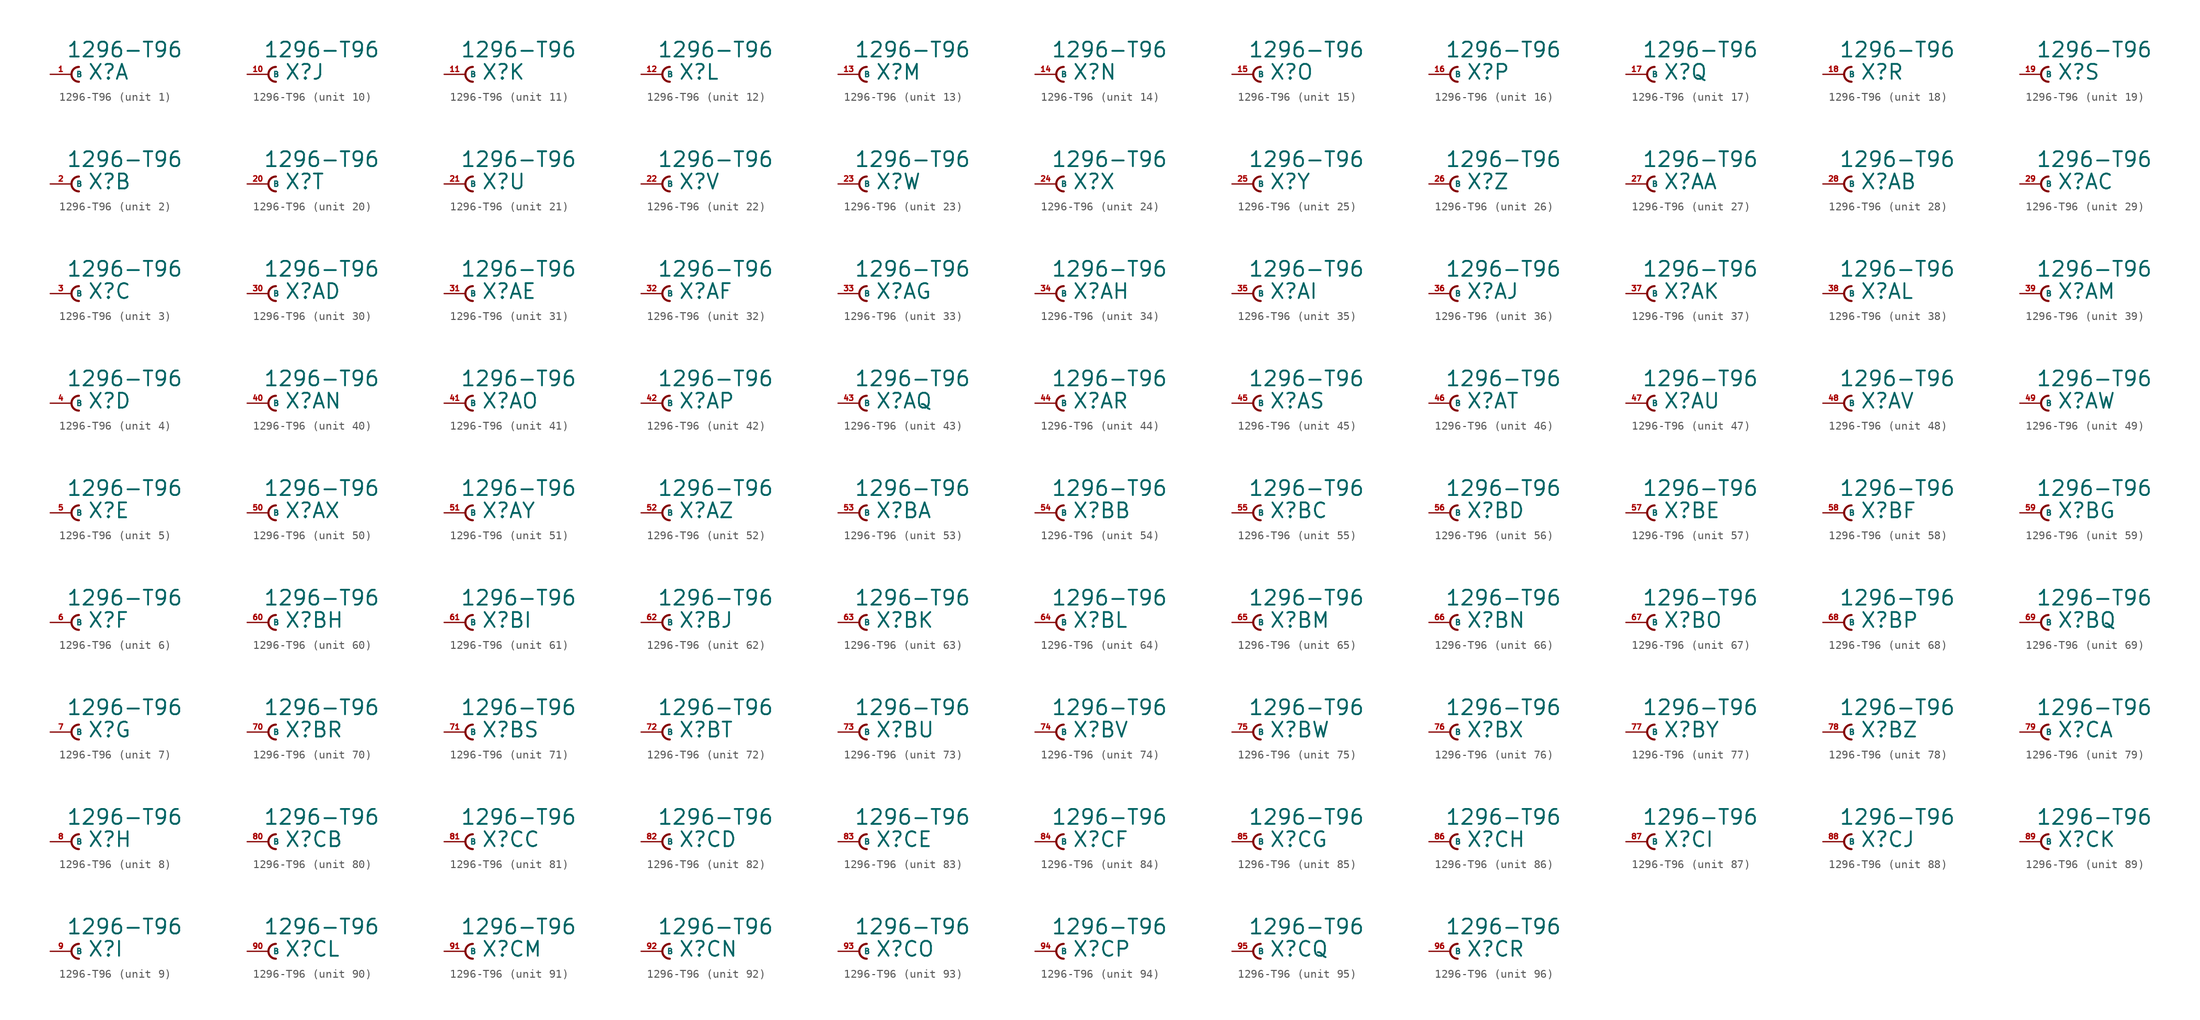
<source format=kicad_sym>
(kicad_symbol_lib
  (version 20220914)
  (generator Eagle2Kicad)
  (symbol "1296-T96"
    (property "Reference" "X"
      (at 1.905 -0.762 0)
      (effects (font (size 1.778 1.778) (thickness 0.22)) (justify left bottom)))
    (property "Value" "1296-T96"
      (at -0.635 1.905 0)
      (effects (font (size 1.778 1.778) (thickness 0.22)) (justify left bottom)))
    (symbol "1296-T96_1_0"
      (arc (start 0.889 0.889) (mid 0.000 0.000) (end 0.889 -0.889) (stroke (width 0.254) (type default)) (fill (type none)))
      (pin passive line (at -2.54 0 0) (length 2.54) (name "B" (effects (font (size 0.635 0.635) (thickness 0.08)) (justify left bottom))) (number "1" (effects (font (size 0.635 0.635) (thickness 0.08)) (justify left bottom)))))
    (symbol "1296-T96_2_0"
      (arc (start 0.889 0.889) (mid 0.000 0.000) (end 0.889 -0.889) (stroke (width 0.254) (type default)) (fill (type none)))
      (pin passive line (at -2.54 0 0) (length 2.54) (name "B" (effects (font (size 0.635 0.635) (thickness 0.08)) (justify left bottom))) (number "2" (effects (font (size 0.635 0.635) (thickness 0.08)) (justify left bottom)))))
    (symbol "1296-T96_3_0"
      (arc (start 0.889 0.889) (mid 0.000 0.000) (end 0.889 -0.889) (stroke (width 0.254) (type default)) (fill (type none)))
      (pin passive line (at -2.54 0 0) (length 2.54) (name "B" (effects (font (size 0.635 0.635) (thickness 0.08)) (justify left bottom))) (number "3" (effects (font (size 0.635 0.635) (thickness 0.08)) (justify left bottom)))))
    (symbol "1296-T96_4_0"
      (arc (start 0.889 0.889) (mid 0.000 0.000) (end 0.889 -0.889) (stroke (width 0.254) (type default)) (fill (type none)))
      (pin passive line (at -2.54 0 0) (length 2.54) (name "B" (effects (font (size 0.635 0.635) (thickness 0.08)) (justify left bottom))) (number "4" (effects (font (size 0.635 0.635) (thickness 0.08)) (justify left bottom)))))
    (symbol "1296-T96_5_0"
      (arc (start 0.889 0.889) (mid 0.000 0.000) (end 0.889 -0.889) (stroke (width 0.254) (type default)) (fill (type none)))
      (pin passive line (at -2.54 0 0) (length 2.54) (name "B" (effects (font (size 0.635 0.635) (thickness 0.08)) (justify left bottom))) (number "5" (effects (font (size 0.635 0.635) (thickness 0.08)) (justify left bottom)))))
    (symbol "1296-T96_6_0"
      (arc (start 0.889 0.889) (mid 0.000 0.000) (end 0.889 -0.889) (stroke (width 0.254) (type default)) (fill (type none)))
      (pin passive line (at -2.54 0 0) (length 2.54) (name "B" (effects (font (size 0.635 0.635) (thickness 0.08)) (justify left bottom))) (number "6" (effects (font (size 0.635 0.635) (thickness 0.08)) (justify left bottom)))))
    (symbol "1296-T96_7_0"
      (arc (start 0.889 0.889) (mid 0.000 0.000) (end 0.889 -0.889) (stroke (width 0.254) (type default)) (fill (type none)))
      (pin passive line (at -2.54 0 0) (length 2.54) (name "B" (effects (font (size 0.635 0.635) (thickness 0.08)) (justify left bottom))) (number "7" (effects (font (size 0.635 0.635) (thickness 0.08)) (justify left bottom)))))
    (symbol "1296-T96_8_0"
      (arc (start 0.889 0.889) (mid 0.000 0.000) (end 0.889 -0.889) (stroke (width 0.254) (type default)) (fill (type none)))
      (pin passive line (at -2.54 0 0) (length 2.54) (name "B" (effects (font (size 0.635 0.635) (thickness 0.08)) (justify left bottom))) (number "8" (effects (font (size 0.635 0.635) (thickness 0.08)) (justify left bottom)))))
    (symbol "1296-T96_9_0"
      (arc (start 0.889 0.889) (mid 0.000 0.000) (end 0.889 -0.889) (stroke (width 0.254) (type default)) (fill (type none)))
      (pin passive line (at -2.54 0 0) (length 2.54) (name "B" (effects (font (size 0.635 0.635) (thickness 0.08)) (justify left bottom))) (number "9" (effects (font (size 0.635 0.635) (thickness 0.08)) (justify left bottom)))))
    (symbol "1296-T96_10_0"
      (arc (start 0.889 0.889) (mid 0.000 0.000) (end 0.889 -0.889) (stroke (width 0.254) (type default)) (fill (type none)))
      (pin passive line (at -2.54 0 0) (length 2.54) (name "B" (effects (font (size 0.635 0.635) (thickness 0.08)) (justify left bottom))) (number "10" (effects (font (size 0.635 0.635) (thickness 0.08)) (justify left bottom)))))
    (symbol "1296-T96_11_0"
      (arc (start 0.889 0.889) (mid 0.000 0.000) (end 0.889 -0.889) (stroke (width 0.254) (type default)) (fill (type none)))
      (pin passive line (at -2.54 0 0) (length 2.54) (name "B" (effects (font (size 0.635 0.635) (thickness 0.08)) (justify left bottom))) (number "11" (effects (font (size 0.635 0.635) (thickness 0.08)) (justify left bottom)))))
    (symbol "1296-T96_12_0"
      (arc (start 0.889 0.889) (mid 0.000 0.000) (end 0.889 -0.889) (stroke (width 0.254) (type default)) (fill (type none)))
      (pin passive line (at -2.54 0 0) (length 2.54) (name "B" (effects (font (size 0.635 0.635) (thickness 0.08)) (justify left bottom))) (number "12" (effects (font (size 0.635 0.635) (thickness 0.08)) (justify left bottom)))))
    (symbol "1296-T96_13_0"
      (arc (start 0.889 0.889) (mid 0.000 0.000) (end 0.889 -0.889) (stroke (width 0.254) (type default)) (fill (type none)))
      (pin passive line (at -2.54 0 0) (length 2.54) (name "B" (effects (font (size 0.635 0.635) (thickness 0.08)) (justify left bottom))) (number "13" (effects (font (size 0.635 0.635) (thickness 0.08)) (justify left bottom)))))
    (symbol "1296-T96_14_0"
      (arc (start 0.889 0.889) (mid 0.000 0.000) (end 0.889 -0.889) (stroke (width 0.254) (type default)) (fill (type none)))
      (pin passive line (at -2.54 0 0) (length 2.54) (name "B" (effects (font (size 0.635 0.635) (thickness 0.08)) (justify left bottom))) (number "14" (effects (font (size 0.635 0.635) (thickness 0.08)) (justify left bottom)))))
    (symbol "1296-T96_15_0"
      (arc (start 0.889 0.889) (mid 0.000 0.000) (end 0.889 -0.889) (stroke (width 0.254) (type default)) (fill (type none)))
      (pin passive line (at -2.54 0 0) (length 2.54) (name "B" (effects (font (size 0.635 0.635) (thickness 0.08)) (justify left bottom))) (number "15" (effects (font (size 0.635 0.635) (thickness 0.08)) (justify left bottom)))))
    (symbol "1296-T96_16_0"
      (arc (start 0.889 0.889) (mid 0.000 0.000) (end 0.889 -0.889) (stroke (width 0.254) (type default)) (fill (type none)))
      (pin passive line (at -2.54 0 0) (length 2.54) (name "B" (effects (font (size 0.635 0.635) (thickness 0.08)) (justify left bottom))) (number "16" (effects (font (size 0.635 0.635) (thickness 0.08)) (justify left bottom)))))
    (symbol "1296-T96_17_0"
      (arc (start 0.889 0.889) (mid 0.000 0.000) (end 0.889 -0.889) (stroke (width 0.254) (type default)) (fill (type none)))
      (pin passive line (at -2.54 0 0) (length 2.54) (name "B" (effects (font (size 0.635 0.635) (thickness 0.08)) (justify left bottom))) (number "17" (effects (font (size 0.635 0.635) (thickness 0.08)) (justify left bottom)))))
    (symbol "1296-T96_18_0"
      (arc (start 0.889 0.889) (mid 0.000 0.000) (end 0.889 -0.889) (stroke (width 0.254) (type default)) (fill (type none)))
      (pin passive line (at -2.54 0 0) (length 2.54) (name "B" (effects (font (size 0.635 0.635) (thickness 0.08)) (justify left bottom))) (number "18" (effects (font (size 0.635 0.635) (thickness 0.08)) (justify left bottom)))))
    (symbol "1296-T96_19_0"
      (arc (start 0.889 0.889) (mid 0.000 0.000) (end 0.889 -0.889) (stroke (width 0.254) (type default)) (fill (type none)))
      (pin passive line (at -2.54 0 0) (length 2.54) (name "B" (effects (font (size 0.635 0.635) (thickness 0.08)) (justify left bottom))) (number "19" (effects (font (size 0.635 0.635) (thickness 0.08)) (justify left bottom)))))
    (symbol "1296-T96_20_0"
      (arc (start 0.889 0.889) (mid 0.000 0.000) (end 0.889 -0.889) (stroke (width 0.254) (type default)) (fill (type none)))
      (pin passive line (at -2.54 0 0) (length 2.54) (name "B" (effects (font (size 0.635 0.635) (thickness 0.08)) (justify left bottom))) (number "20" (effects (font (size 0.635 0.635) (thickness 0.08)) (justify left bottom)))))
    (symbol "1296-T96_21_0"
      (arc (start 0.889 0.889) (mid 0.000 0.000) (end 0.889 -0.889) (stroke (width 0.254) (type default)) (fill (type none)))
      (pin passive line (at -2.54 0 0) (length 2.54) (name "B" (effects (font (size 0.635 0.635) (thickness 0.08)) (justify left bottom))) (number "21" (effects (font (size 0.635 0.635) (thickness 0.08)) (justify left bottom)))))
    (symbol "1296-T96_22_0"
      (arc (start 0.889 0.889) (mid 0.000 0.000) (end 0.889 -0.889) (stroke (width 0.254) (type default)) (fill (type none)))
      (pin passive line (at -2.54 0 0) (length 2.54) (name "B" (effects (font (size 0.635 0.635) (thickness 0.08)) (justify left bottom))) (number "22" (effects (font (size 0.635 0.635) (thickness 0.08)) (justify left bottom)))))
    (symbol "1296-T96_23_0"
      (arc (start 0.889 0.889) (mid 0.000 0.000) (end 0.889 -0.889) (stroke (width 0.254) (type default)) (fill (type none)))
      (pin passive line (at -2.54 0 0) (length 2.54) (name "B" (effects (font (size 0.635 0.635) (thickness 0.08)) (justify left bottom))) (number "23" (effects (font (size 0.635 0.635) (thickness 0.08)) (justify left bottom)))))
    (symbol "1296-T96_24_0"
      (arc (start 0.889 0.889) (mid 0.000 0.000) (end 0.889 -0.889) (stroke (width 0.254) (type default)) (fill (type none)))
      (pin passive line (at -2.54 0 0) (length 2.54) (name "B" (effects (font (size 0.635 0.635) (thickness 0.08)) (justify left bottom))) (number "24" (effects (font (size 0.635 0.635) (thickness 0.08)) (justify left bottom)))))
    (symbol "1296-T96_25_0"
      (arc (start 0.889 0.889) (mid 0.000 0.000) (end 0.889 -0.889) (stroke (width 0.254) (type default)) (fill (type none)))
      (pin passive line (at -2.54 0 0) (length 2.54) (name "B" (effects (font (size 0.635 0.635) (thickness 0.08)) (justify left bottom))) (number "25" (effects (font (size 0.635 0.635) (thickness 0.08)) (justify left bottom)))))
    (symbol "1296-T96_26_0"
      (arc (start 0.889 0.889) (mid 0.000 0.000) (end 0.889 -0.889) (stroke (width 0.254) (type default)) (fill (type none)))
      (pin passive line (at -2.54 0 0) (length 2.54) (name "B" (effects (font (size 0.635 0.635) (thickness 0.08)) (justify left bottom))) (number "26" (effects (font (size 0.635 0.635) (thickness 0.08)) (justify left bottom)))))
    (symbol "1296-T96_27_0"
      (arc (start 0.889 0.889) (mid 0.000 0.000) (end 0.889 -0.889) (stroke (width 0.254) (type default)) (fill (type none)))
      (pin passive line (at -2.54 0 0) (length 2.54) (name "B" (effects (font (size 0.635 0.635) (thickness 0.08)) (justify left bottom))) (number "27" (effects (font (size 0.635 0.635) (thickness 0.08)) (justify left bottom)))))
    (symbol "1296-T96_28_0"
      (arc (start 0.889 0.889) (mid 0.000 0.000) (end 0.889 -0.889) (stroke (width 0.254) (type default)) (fill (type none)))
      (pin passive line (at -2.54 0 0) (length 2.54) (name "B" (effects (font (size 0.635 0.635) (thickness 0.08)) (justify left bottom))) (number "28" (effects (font (size 0.635 0.635) (thickness 0.08)) (justify left bottom)))))
    (symbol "1296-T96_29_0"
      (arc (start 0.889 0.889) (mid 0.000 0.000) (end 0.889 -0.889) (stroke (width 0.254) (type default)) (fill (type none)))
      (pin passive line (at -2.54 0 0) (length 2.54) (name "B" (effects (font (size 0.635 0.635) (thickness 0.08)) (justify left bottom))) (number "29" (effects (font (size 0.635 0.635) (thickness 0.08)) (justify left bottom)))))
    (symbol "1296-T96_30_0"
      (arc (start 0.889 0.889) (mid 0.000 0.000) (end 0.889 -0.889) (stroke (width 0.254) (type default)) (fill (type none)))
      (pin passive line (at -2.54 0 0) (length 2.54) (name "B" (effects (font (size 0.635 0.635) (thickness 0.08)) (justify left bottom))) (number "30" (effects (font (size 0.635 0.635) (thickness 0.08)) (justify left bottom)))))
    (symbol "1296-T96_31_0"
      (arc (start 0.889 0.889) (mid 0.000 0.000) (end 0.889 -0.889) (stroke (width 0.254) (type default)) (fill (type none)))
      (pin passive line (at -2.54 0 0) (length 2.54) (name "B" (effects (font (size 0.635 0.635) (thickness 0.08)) (justify left bottom))) (number "31" (effects (font (size 0.635 0.635) (thickness 0.08)) (justify left bottom)))))
    (symbol "1296-T96_32_0"
      (arc (start 0.889 0.889) (mid 0.000 0.000) (end 0.889 -0.889) (stroke (width 0.254) (type default)) (fill (type none)))
      (pin passive line (at -2.54 0 0) (length 2.54) (name "B" (effects (font (size 0.635 0.635) (thickness 0.08)) (justify left bottom))) (number "32" (effects (font (size 0.635 0.635) (thickness 0.08)) (justify left bottom)))))
    (symbol "1296-T96_33_0"
      (arc (start 0.889 0.889) (mid 0.000 0.000) (end 0.889 -0.889) (stroke (width 0.254) (type default)) (fill (type none)))
      (pin passive line (at -2.54 0 0) (length 2.54) (name "B" (effects (font (size 0.635 0.635) (thickness 0.08)) (justify left bottom))) (number "33" (effects (font (size 0.635 0.635) (thickness 0.08)) (justify left bottom)))))
    (symbol "1296-T96_34_0"
      (arc (start 0.889 0.889) (mid 0.000 0.000) (end 0.889 -0.889) (stroke (width 0.254) (type default)) (fill (type none)))
      (pin passive line (at -2.54 0 0) (length 2.54) (name "B" (effects (font (size 0.635 0.635) (thickness 0.08)) (justify left bottom))) (number "34" (effects (font (size 0.635 0.635) (thickness 0.08)) (justify left bottom)))))
    (symbol "1296-T96_35_0"
      (arc (start 0.889 0.889) (mid 0.000 0.000) (end 0.889 -0.889) (stroke (width 0.254) (type default)) (fill (type none)))
      (pin passive line (at -2.54 0 0) (length 2.54) (name "B" (effects (font (size 0.635 0.635) (thickness 0.08)) (justify left bottom))) (number "35" (effects (font (size 0.635 0.635) (thickness 0.08)) (justify left bottom)))))
    (symbol "1296-T96_36_0"
      (arc (start 0.889 0.889) (mid 0.000 0.000) (end 0.889 -0.889) (stroke (width 0.254) (type default)) (fill (type none)))
      (pin passive line (at -2.54 0 0) (length 2.54) (name "B" (effects (font (size 0.635 0.635) (thickness 0.08)) (justify left bottom))) (number "36" (effects (font (size 0.635 0.635) (thickness 0.08)) (justify left bottom)))))
    (symbol "1296-T96_37_0"
      (arc (start 0.889 0.889) (mid 0.000 0.000) (end 0.889 -0.889) (stroke (width 0.254) (type default)) (fill (type none)))
      (pin passive line (at -2.54 0 0) (length 2.54) (name "B" (effects (font (size 0.635 0.635) (thickness 0.08)) (justify left bottom))) (number "37" (effects (font (size 0.635 0.635) (thickness 0.08)) (justify left bottom)))))
    (symbol "1296-T96_38_0"
      (arc (start 0.889 0.889) (mid 0.000 0.000) (end 0.889 -0.889) (stroke (width 0.254) (type default)) (fill (type none)))
      (pin passive line (at -2.54 0 0) (length 2.54) (name "B" (effects (font (size 0.635 0.635) (thickness 0.08)) (justify left bottom))) (number "38" (effects (font (size 0.635 0.635) (thickness 0.08)) (justify left bottom)))))
    (symbol "1296-T96_39_0"
      (arc (start 0.889 0.889) (mid 0.000 0.000) (end 0.889 -0.889) (stroke (width 0.254) (type default)) (fill (type none)))
      (pin passive line (at -2.54 0 0) (length 2.54) (name "B" (effects (font (size 0.635 0.635) (thickness 0.08)) (justify left bottom))) (number "39" (effects (font (size 0.635 0.635) (thickness 0.08)) (justify left bottom)))))
    (symbol "1296-T96_40_0"
      (arc (start 0.889 0.889) (mid 0.000 0.000) (end 0.889 -0.889) (stroke (width 0.254) (type default)) (fill (type none)))
      (pin passive line (at -2.54 0 0) (length 2.54) (name "B" (effects (font (size 0.635 0.635) (thickness 0.08)) (justify left bottom))) (number "40" (effects (font (size 0.635 0.635) (thickness 0.08)) (justify left bottom)))))
    (symbol "1296-T96_41_0"
      (arc (start 0.889 0.889) (mid 0.000 0.000) (end 0.889 -0.889) (stroke (width 0.254) (type default)) (fill (type none)))
      (pin passive line (at -2.54 0 0) (length 2.54) (name "B" (effects (font (size 0.635 0.635) (thickness 0.08)) (justify left bottom))) (number "41" (effects (font (size 0.635 0.635) (thickness 0.08)) (justify left bottom)))))
    (symbol "1296-T96_42_0"
      (arc (start 0.889 0.889) (mid 0.000 0.000) (end 0.889 -0.889) (stroke (width 0.254) (type default)) (fill (type none)))
      (pin passive line (at -2.54 0 0) (length 2.54) (name "B" (effects (font (size 0.635 0.635) (thickness 0.08)) (justify left bottom))) (number "42" (effects (font (size 0.635 0.635) (thickness 0.08)) (justify left bottom)))))
    (symbol "1296-T96_43_0"
      (arc (start 0.889 0.889) (mid 0.000 0.000) (end 0.889 -0.889) (stroke (width 0.254) (type default)) (fill (type none)))
      (pin passive line (at -2.54 0 0) (length 2.54) (name "B" (effects (font (size 0.635 0.635) (thickness 0.08)) (justify left bottom))) (number "43" (effects (font (size 0.635 0.635) (thickness 0.08)) (justify left bottom)))))
    (symbol "1296-T96_44_0"
      (arc (start 0.889 0.889) (mid 0.000 0.000) (end 0.889 -0.889) (stroke (width 0.254) (type default)) (fill (type none)))
      (pin passive line (at -2.54 0 0) (length 2.54) (name "B" (effects (font (size 0.635 0.635) (thickness 0.08)) (justify left bottom))) (number "44" (effects (font (size 0.635 0.635) (thickness 0.08)) (justify left bottom)))))
    (symbol "1296-T96_45_0"
      (arc (start 0.889 0.889) (mid 0.000 0.000) (end 0.889 -0.889) (stroke (width 0.254) (type default)) (fill (type none)))
      (pin passive line (at -2.54 0 0) (length 2.54) (name "B" (effects (font (size 0.635 0.635) (thickness 0.08)) (justify left bottom))) (number "45" (effects (font (size 0.635 0.635) (thickness 0.08)) (justify left bottom)))))
    (symbol "1296-T96_46_0"
      (arc (start 0.889 0.889) (mid 0.000 0.000) (end 0.889 -0.889) (stroke (width 0.254) (type default)) (fill (type none)))
      (pin passive line (at -2.54 0 0) (length 2.54) (name "B" (effects (font (size 0.635 0.635) (thickness 0.08)) (justify left bottom))) (number "46" (effects (font (size 0.635 0.635) (thickness 0.08)) (justify left bottom)))))
    (symbol "1296-T96_47_0"
      (arc (start 0.889 0.889) (mid 0.000 0.000) (end 0.889 -0.889) (stroke (width 0.254) (type default)) (fill (type none)))
      (pin passive line (at -2.54 0 0) (length 2.54) (name "B" (effects (font (size 0.635 0.635) (thickness 0.08)) (justify left bottom))) (number "47" (effects (font (size 0.635 0.635) (thickness 0.08)) (justify left bottom)))))
    (symbol "1296-T96_48_0"
      (arc (start 0.889 0.889) (mid 0.000 0.000) (end 0.889 -0.889) (stroke (width 0.254) (type default)) (fill (type none)))
      (pin passive line (at -2.54 0 0) (length 2.54) (name "B" (effects (font (size 0.635 0.635) (thickness 0.08)) (justify left bottom))) (number "48" (effects (font (size 0.635 0.635) (thickness 0.08)) (justify left bottom)))))
    (symbol "1296-T96_49_0"
      (arc (start 0.889 0.889) (mid 0.000 0.000) (end 0.889 -0.889) (stroke (width 0.254) (type default)) (fill (type none)))
      (pin passive line (at -2.54 0 0) (length 2.54) (name "B" (effects (font (size 0.635 0.635) (thickness 0.08)) (justify left bottom))) (number "49" (effects (font (size 0.635 0.635) (thickness 0.08)) (justify left bottom)))))
    (symbol "1296-T96_50_0"
      (arc (start 0.889 0.889) (mid 0.000 0.000) (end 0.889 -0.889) (stroke (width 0.254) (type default)) (fill (type none)))
      (pin passive line (at -2.54 0 0) (length 2.54) (name "B" (effects (font (size 0.635 0.635) (thickness 0.08)) (justify left bottom))) (number "50" (effects (font (size 0.635 0.635) (thickness 0.08)) (justify left bottom)))))
    (symbol "1296-T96_51_0"
      (arc (start 0.889 0.889) (mid 0.000 0.000) (end 0.889 -0.889) (stroke (width 0.254) (type default)) (fill (type none)))
      (pin passive line (at -2.54 0 0) (length 2.54) (name "B" (effects (font (size 0.635 0.635) (thickness 0.08)) (justify left bottom))) (number "51" (effects (font (size 0.635 0.635) (thickness 0.08)) (justify left bottom)))))
    (symbol "1296-T96_52_0"
      (arc (start 0.889 0.889) (mid 0.000 0.000) (end 0.889 -0.889) (stroke (width 0.254) (type default)) (fill (type none)))
      (pin passive line (at -2.54 0 0) (length 2.54) (name "B" (effects (font (size 0.635 0.635) (thickness 0.08)) (justify left bottom))) (number "52" (effects (font (size 0.635 0.635) (thickness 0.08)) (justify left bottom)))))
    (symbol "1296-T96_53_0"
      (arc (start 0.889 0.889) (mid 0.000 0.000) (end 0.889 -0.889) (stroke (width 0.254) (type default)) (fill (type none)))
      (pin passive line (at -2.54 0 0) (length 2.54) (name "B" (effects (font (size 0.635 0.635) (thickness 0.08)) (justify left bottom))) (number "53" (effects (font (size 0.635 0.635) (thickness 0.08)) (justify left bottom)))))
    (symbol "1296-T96_54_0"
      (arc (start 0.889 0.889) (mid 0.000 0.000) (end 0.889 -0.889) (stroke (width 0.254) (type default)) (fill (type none)))
      (pin passive line (at -2.54 0 0) (length 2.54) (name "B" (effects (font (size 0.635 0.635) (thickness 0.08)) (justify left bottom))) (number "54" (effects (font (size 0.635 0.635) (thickness 0.08)) (justify left bottom)))))
    (symbol "1296-T96_55_0"
      (arc (start 0.889 0.889) (mid 0.000 0.000) (end 0.889 -0.889) (stroke (width 0.254) (type default)) (fill (type none)))
      (pin passive line (at -2.54 0 0) (length 2.54) (name "B" (effects (font (size 0.635 0.635) (thickness 0.08)) (justify left bottom))) (number "55" (effects (font (size 0.635 0.635) (thickness 0.08)) (justify left bottom)))))
    (symbol "1296-T96_56_0"
      (arc (start 0.889 0.889) (mid 0.000 0.000) (end 0.889 -0.889) (stroke (width 0.254) (type default)) (fill (type none)))
      (pin passive line (at -2.54 0 0) (length 2.54) (name "B" (effects (font (size 0.635 0.635) (thickness 0.08)) (justify left bottom))) (number "56" (effects (font (size 0.635 0.635) (thickness 0.08)) (justify left bottom)))))
    (symbol "1296-T96_57_0"
      (arc (start 0.889 0.889) (mid 0.000 0.000) (end 0.889 -0.889) (stroke (width 0.254) (type default)) (fill (type none)))
      (pin passive line (at -2.54 0 0) (length 2.54) (name "B" (effects (font (size 0.635 0.635) (thickness 0.08)) (justify left bottom))) (number "57" (effects (font (size 0.635 0.635) (thickness 0.08)) (justify left bottom)))))
    (symbol "1296-T96_58_0"
      (arc (start 0.889 0.889) (mid 0.000 0.000) (end 0.889 -0.889) (stroke (width 0.254) (type default)) (fill (type none)))
      (pin passive line (at -2.54 0 0) (length 2.54) (name "B" (effects (font (size 0.635 0.635) (thickness 0.08)) (justify left bottom))) (number "58" (effects (font (size 0.635 0.635) (thickness 0.08)) (justify left bottom)))))
    (symbol "1296-T96_59_0"
      (arc (start 0.889 0.889) (mid 0.000 0.000) (end 0.889 -0.889) (stroke (width 0.254) (type default)) (fill (type none)))
      (pin passive line (at -2.54 0 0) (length 2.54) (name "B" (effects (font (size 0.635 0.635) (thickness 0.08)) (justify left bottom))) (number "59" (effects (font (size 0.635 0.635) (thickness 0.08)) (justify left bottom)))))
    (symbol "1296-T96_60_0"
      (arc (start 0.889 0.889) (mid 0.000 0.000) (end 0.889 -0.889) (stroke (width 0.254) (type default)) (fill (type none)))
      (pin passive line (at -2.54 0 0) (length 2.54) (name "B" (effects (font (size 0.635 0.635) (thickness 0.08)) (justify left bottom))) (number "60" (effects (font (size 0.635 0.635) (thickness 0.08)) (justify left bottom)))))
    (symbol "1296-T96_61_0"
      (arc (start 0.889 0.889) (mid 0.000 0.000) (end 0.889 -0.889) (stroke (width 0.254) (type default)) (fill (type none)))
      (pin passive line (at -2.54 0 0) (length 2.54) (name "B" (effects (font (size 0.635 0.635) (thickness 0.08)) (justify left bottom))) (number "61" (effects (font (size 0.635 0.635) (thickness 0.08)) (justify left bottom)))))
    (symbol "1296-T96_62_0"
      (arc (start 0.889 0.889) (mid 0.000 0.000) (end 0.889 -0.889) (stroke (width 0.254) (type default)) (fill (type none)))
      (pin passive line (at -2.54 0 0) (length 2.54) (name "B" (effects (font (size 0.635 0.635) (thickness 0.08)) (justify left bottom))) (number "62" (effects (font (size 0.635 0.635) (thickness 0.08)) (justify left bottom)))))
    (symbol "1296-T96_63_0"
      (arc (start 0.889 0.889) (mid 0.000 0.000) (end 0.889 -0.889) (stroke (width 0.254) (type default)) (fill (type none)))
      (pin passive line (at -2.54 0 0) (length 2.54) (name "B" (effects (font (size 0.635 0.635) (thickness 0.08)) (justify left bottom))) (number "63" (effects (font (size 0.635 0.635) (thickness 0.08)) (justify left bottom)))))
    (symbol "1296-T96_64_0"
      (arc (start 0.889 0.889) (mid 0.000 0.000) (end 0.889 -0.889) (stroke (width 0.254) (type default)) (fill (type none)))
      (pin passive line (at -2.54 0 0) (length 2.54) (name "B" (effects (font (size 0.635 0.635) (thickness 0.08)) (justify left bottom))) (number "64" (effects (font (size 0.635 0.635) (thickness 0.08)) (justify left bottom)))))
    (symbol "1296-T96_65_0"
      (arc (start 0.889 0.889) (mid 0.000 0.000) (end 0.889 -0.889) (stroke (width 0.254) (type default)) (fill (type none)))
      (pin passive line (at -2.54 0 0) (length 2.54) (name "B" (effects (font (size 0.635 0.635) (thickness 0.08)) (justify left bottom))) (number "65" (effects (font (size 0.635 0.635) (thickness 0.08)) (justify left bottom)))))
    (symbol "1296-T96_66_0"
      (arc (start 0.889 0.889) (mid 0.000 0.000) (end 0.889 -0.889) (stroke (width 0.254) (type default)) (fill (type none)))
      (pin passive line (at -2.54 0 0) (length 2.54) (name "B" (effects (font (size 0.635 0.635) (thickness 0.08)) (justify left bottom))) (number "66" (effects (font (size 0.635 0.635) (thickness 0.08)) (justify left bottom)))))
    (symbol "1296-T96_67_0"
      (arc (start 0.889 0.889) (mid 0.000 0.000) (end 0.889 -0.889) (stroke (width 0.254) (type default)) (fill (type none)))
      (pin passive line (at -2.54 0 0) (length 2.54) (name "B" (effects (font (size 0.635 0.635) (thickness 0.08)) (justify left bottom))) (number "67" (effects (font (size 0.635 0.635) (thickness 0.08)) (justify left bottom)))))
    (symbol "1296-T96_68_0"
      (arc (start 0.889 0.889) (mid 0.000 0.000) (end 0.889 -0.889) (stroke (width 0.254) (type default)) (fill (type none)))
      (pin passive line (at -2.54 0 0) (length 2.54) (name "B" (effects (font (size 0.635 0.635) (thickness 0.08)) (justify left bottom))) (number "68" (effects (font (size 0.635 0.635) (thickness 0.08)) (justify left bottom)))))
    (symbol "1296-T96_69_0"
      (arc (start 0.889 0.889) (mid 0.000 0.000) (end 0.889 -0.889) (stroke (width 0.254) (type default)) (fill (type none)))
      (pin passive line (at -2.54 0 0) (length 2.54) (name "B" (effects (font (size 0.635 0.635) (thickness 0.08)) (justify left bottom))) (number "69" (effects (font (size 0.635 0.635) (thickness 0.08)) (justify left bottom)))))
    (symbol "1296-T96_70_0"
      (arc (start 0.889 0.889) (mid 0.000 0.000) (end 0.889 -0.889) (stroke (width 0.254) (type default)) (fill (type none)))
      (pin passive line (at -2.54 0 0) (length 2.54) (name "B" (effects (font (size 0.635 0.635) (thickness 0.08)) (justify left bottom))) (number "70" (effects (font (size 0.635 0.635) (thickness 0.08)) (justify left bottom)))))
    (symbol "1296-T96_71_0"
      (arc (start 0.889 0.889) (mid 0.000 0.000) (end 0.889 -0.889) (stroke (width 0.254) (type default)) (fill (type none)))
      (pin passive line (at -2.54 0 0) (length 2.54) (name "B" (effects (font (size 0.635 0.635) (thickness 0.08)) (justify left bottom))) (number "71" (effects (font (size 0.635 0.635) (thickness 0.08)) (justify left bottom)))))
    (symbol "1296-T96_72_0"
      (arc (start 0.889 0.889) (mid 0.000 0.000) (end 0.889 -0.889) (stroke (width 0.254) (type default)) (fill (type none)))
      (pin passive line (at -2.54 0 0) (length 2.54) (name "B" (effects (font (size 0.635 0.635) (thickness 0.08)) (justify left bottom))) (number "72" (effects (font (size 0.635 0.635) (thickness 0.08)) (justify left bottom)))))
    (symbol "1296-T96_73_0"
      (arc (start 0.889 0.889) (mid 0.000 0.000) (end 0.889 -0.889) (stroke (width 0.254) (type default)) (fill (type none)))
      (pin passive line (at -2.54 0 0) (length 2.54) (name "B" (effects (font (size 0.635 0.635) (thickness 0.08)) (justify left bottom))) (number "73" (effects (font (size 0.635 0.635) (thickness 0.08)) (justify left bottom)))))
    (symbol "1296-T96_74_0"
      (arc (start 0.889 0.889) (mid 0.000 0.000) (end 0.889 -0.889) (stroke (width 0.254) (type default)) (fill (type none)))
      (pin passive line (at -2.54 0 0) (length 2.54) (name "B" (effects (font (size 0.635 0.635) (thickness 0.08)) (justify left bottom))) (number "74" (effects (font (size 0.635 0.635) (thickness 0.08)) (justify left bottom)))))
    (symbol "1296-T96_75_0"
      (arc (start 0.889 0.889) (mid 0.000 0.000) (end 0.889 -0.889) (stroke (width 0.254) (type default)) (fill (type none)))
      (pin passive line (at -2.54 0 0) (length 2.54) (name "B" (effects (font (size 0.635 0.635) (thickness 0.08)) (justify left bottom))) (number "75" (effects (font (size 0.635 0.635) (thickness 0.08)) (justify left bottom)))))
    (symbol "1296-T96_76_0"
      (arc (start 0.889 0.889) (mid 0.000 0.000) (end 0.889 -0.889) (stroke (width 0.254) (type default)) (fill (type none)))
      (pin passive line (at -2.54 0 0) (length 2.54) (name "B" (effects (font (size 0.635 0.635) (thickness 0.08)) (justify left bottom))) (number "76" (effects (font (size 0.635 0.635) (thickness 0.08)) (justify left bottom)))))
    (symbol "1296-T96_77_0"
      (arc (start 0.889 0.889) (mid 0.000 0.000) (end 0.889 -0.889) (stroke (width 0.254) (type default)) (fill (type none)))
      (pin passive line (at -2.54 0 0) (length 2.54) (name "B" (effects (font (size 0.635 0.635) (thickness 0.08)) (justify left bottom))) (number "77" (effects (font (size 0.635 0.635) (thickness 0.08)) (justify left bottom)))))
    (symbol "1296-T96_78_0"
      (arc (start 0.889 0.889) (mid 0.000 0.000) (end 0.889 -0.889) (stroke (width 0.254) (type default)) (fill (type none)))
      (pin passive line (at -2.54 0 0) (length 2.54) (name "B" (effects (font (size 0.635 0.635) (thickness 0.08)) (justify left bottom))) (number "78" (effects (font (size 0.635 0.635) (thickness 0.08)) (justify left bottom)))))
    (symbol "1296-T96_79_0"
      (arc (start 0.889 0.889) (mid 0.000 0.000) (end 0.889 -0.889) (stroke (width 0.254) (type default)) (fill (type none)))
      (pin passive line (at -2.54 0 0) (length 2.54) (name "B" (effects (font (size 0.635 0.635) (thickness 0.08)) (justify left bottom))) (number "79" (effects (font (size 0.635 0.635) (thickness 0.08)) (justify left bottom)))))
    (symbol "1296-T96_80_0"
      (arc (start 0.889 0.889) (mid 0.000 0.000) (end 0.889 -0.889) (stroke (width 0.254) (type default)) (fill (type none)))
      (pin passive line (at -2.54 0 0) (length 2.54) (name "B" (effects (font (size 0.635 0.635) (thickness 0.08)) (justify left bottom))) (number "80" (effects (font (size 0.635 0.635) (thickness 0.08)) (justify left bottom)))))
    (symbol "1296-T96_81_0"
      (arc (start 0.889 0.889) (mid 0.000 0.000) (end 0.889 -0.889) (stroke (width 0.254) (type default)) (fill (type none)))
      (pin passive line (at -2.54 0 0) (length 2.54) (name "B" (effects (font (size 0.635 0.635) (thickness 0.08)) (justify left bottom))) (number "81" (effects (font (size 0.635 0.635) (thickness 0.08)) (justify left bottom)))))
    (symbol "1296-T96_82_0"
      (arc (start 0.889 0.889) (mid 0.000 0.000) (end 0.889 -0.889) (stroke (width 0.254) (type default)) (fill (type none)))
      (pin passive line (at -2.54 0 0) (length 2.54) (name "B" (effects (font (size 0.635 0.635) (thickness 0.08)) (justify left bottom))) (number "82" (effects (font (size 0.635 0.635) (thickness 0.08)) (justify left bottom)))))
    (symbol "1296-T96_83_0"
      (arc (start 0.889 0.889) (mid 0.000 0.000) (end 0.889 -0.889) (stroke (width 0.254) (type default)) (fill (type none)))
      (pin passive line (at -2.54 0 0) (length 2.54) (name "B" (effects (font (size 0.635 0.635) (thickness 0.08)) (justify left bottom))) (number "83" (effects (font (size 0.635 0.635) (thickness 0.08)) (justify left bottom)))))
    (symbol "1296-T96_84_0"
      (arc (start 0.889 0.889) (mid 0.000 0.000) (end 0.889 -0.889) (stroke (width 0.254) (type default)) (fill (type none)))
      (pin passive line (at -2.54 0 0) (length 2.54) (name "B" (effects (font (size 0.635 0.635) (thickness 0.08)) (justify left bottom))) (number "84" (effects (font (size 0.635 0.635) (thickness 0.08)) (justify left bottom)))))
    (symbol "1296-T96_85_0"
      (arc (start 0.889 0.889) (mid 0.000 0.000) (end 0.889 -0.889) (stroke (width 0.254) (type default)) (fill (type none)))
      (pin passive line (at -2.54 0 0) (length 2.54) (name "B" (effects (font (size 0.635 0.635) (thickness 0.08)) (justify left bottom))) (number "85" (effects (font (size 0.635 0.635) (thickness 0.08)) (justify left bottom)))))
    (symbol "1296-T96_86_0"
      (arc (start 0.889 0.889) (mid 0.000 0.000) (end 0.889 -0.889) (stroke (width 0.254) (type default)) (fill (type none)))
      (pin passive line (at -2.54 0 0) (length 2.54) (name "B" (effects (font (size 0.635 0.635) (thickness 0.08)) (justify left bottom))) (number "86" (effects (font (size 0.635 0.635) (thickness 0.08)) (justify left bottom)))))
    (symbol "1296-T96_87_0"
      (arc (start 0.889 0.889) (mid 0.000 0.000) (end 0.889 -0.889) (stroke (width 0.254) (type default)) (fill (type none)))
      (pin passive line (at -2.54 0 0) (length 2.54) (name "B" (effects (font (size 0.635 0.635) (thickness 0.08)) (justify left bottom))) (number "87" (effects (font (size 0.635 0.635) (thickness 0.08)) (justify left bottom)))))
    (symbol "1296-T96_88_0"
      (arc (start 0.889 0.889) (mid 0.000 0.000) (end 0.889 -0.889) (stroke (width 0.254) (type default)) (fill (type none)))
      (pin passive line (at -2.54 0 0) (length 2.54) (name "B" (effects (font (size 0.635 0.635) (thickness 0.08)) (justify left bottom))) (number "88" (effects (font (size 0.635 0.635) (thickness 0.08)) (justify left bottom)))))
    (symbol "1296-T96_89_0"
      (arc (start 0.889 0.889) (mid 0.000 0.000) (end 0.889 -0.889) (stroke (width 0.254) (type default)) (fill (type none)))
      (pin passive line (at -2.54 0 0) (length 2.54) (name "B" (effects (font (size 0.635 0.635) (thickness 0.08)) (justify left bottom))) (number "89" (effects (font (size 0.635 0.635) (thickness 0.08)) (justify left bottom)))))
    (symbol "1296-T96_90_0"
      (arc (start 0.889 0.889) (mid 0.000 0.000) (end 0.889 -0.889) (stroke (width 0.254) (type default)) (fill (type none)))
      (pin passive line (at -2.54 0 0) (length 2.54) (name "B" (effects (font (size 0.635 0.635) (thickness 0.08)) (justify left bottom))) (number "90" (effects (font (size 0.635 0.635) (thickness 0.08)) (justify left bottom)))))
    (symbol "1296-T96_91_0"
      (arc (start 0.889 0.889) (mid 0.000 0.000) (end 0.889 -0.889) (stroke (width 0.254) (type default)) (fill (type none)))
      (pin passive line (at -2.54 0 0) (length 2.54) (name "B" (effects (font (size 0.635 0.635) (thickness 0.08)) (justify left bottom))) (number "91" (effects (font (size 0.635 0.635) (thickness 0.08)) (justify left bottom)))))
    (symbol "1296-T96_92_0"
      (arc (start 0.889 0.889) (mid 0.000 0.000) (end 0.889 -0.889) (stroke (width 0.254) (type default)) (fill (type none)))
      (pin passive line (at -2.54 0 0) (length 2.54) (name "B" (effects (font (size 0.635 0.635) (thickness 0.08)) (justify left bottom))) (number "92" (effects (font (size 0.635 0.635) (thickness 0.08)) (justify left bottom)))))
    (symbol "1296-T96_93_0"
      (arc (start 0.889 0.889) (mid 0.000 0.000) (end 0.889 -0.889) (stroke (width 0.254) (type default)) (fill (type none)))
      (pin passive line (at -2.54 0 0) (length 2.54) (name "B" (effects (font (size 0.635 0.635) (thickness 0.08)) (justify left bottom))) (number "93" (effects (font (size 0.635 0.635) (thickness 0.08)) (justify left bottom)))))
    (symbol "1296-T96_94_0"
      (arc (start 0.889 0.889) (mid 0.000 0.000) (end 0.889 -0.889) (stroke (width 0.254) (type default)) (fill (type none)))
      (pin passive line (at -2.54 0 0) (length 2.54) (name "B" (effects (font (size 0.635 0.635) (thickness 0.08)) (justify left bottom))) (number "94" (effects (font (size 0.635 0.635) (thickness 0.08)) (justify left bottom)))))
    (symbol "1296-T96_95_0"
      (arc (start 0.889 0.889) (mid 0.000 0.000) (end 0.889 -0.889) (stroke (width 0.254) (type default)) (fill (type none)))
      (pin passive line (at -2.54 0 0) (length 2.54) (name "B" (effects (font (size 0.635 0.635) (thickness 0.08)) (justify left bottom))) (number "95" (effects (font (size 0.635 0.635) (thickness 0.08)) (justify left bottom)))))
    (symbol "1296-T96_96_0"
      (arc (start 0.889 0.889) (mid 0.000 0.000) (end 0.889 -0.889) (stroke (width 0.254) (type default)) (fill (type none)))
      (pin passive line (at -2.54 0 0) (length 2.54) (name "B" (effects (font (size 0.635 0.635) (thickness 0.08)) (justify left bottom))) (number "96" (effects (font (size 0.635 0.635) (thickness 0.08)) (justify left bottom)))))))
</source>
